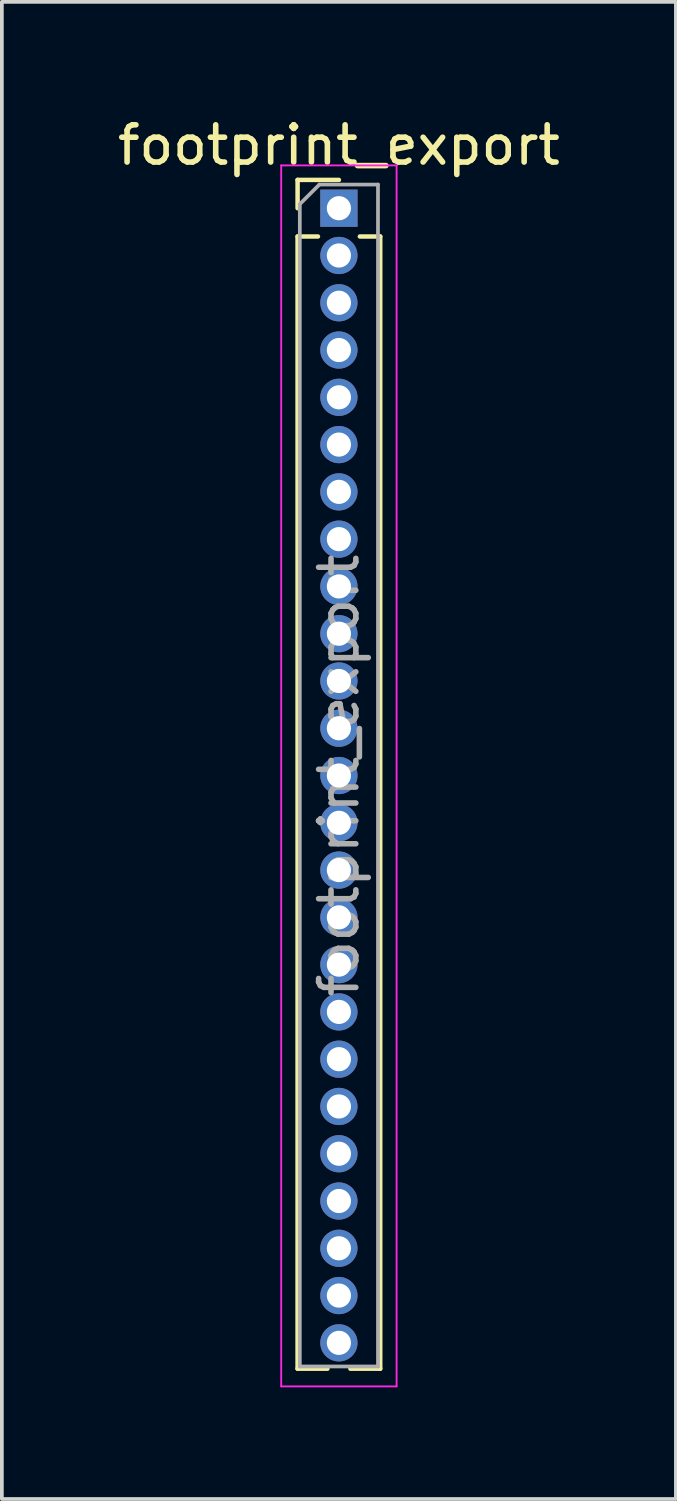
<source format=kicad_pcb>
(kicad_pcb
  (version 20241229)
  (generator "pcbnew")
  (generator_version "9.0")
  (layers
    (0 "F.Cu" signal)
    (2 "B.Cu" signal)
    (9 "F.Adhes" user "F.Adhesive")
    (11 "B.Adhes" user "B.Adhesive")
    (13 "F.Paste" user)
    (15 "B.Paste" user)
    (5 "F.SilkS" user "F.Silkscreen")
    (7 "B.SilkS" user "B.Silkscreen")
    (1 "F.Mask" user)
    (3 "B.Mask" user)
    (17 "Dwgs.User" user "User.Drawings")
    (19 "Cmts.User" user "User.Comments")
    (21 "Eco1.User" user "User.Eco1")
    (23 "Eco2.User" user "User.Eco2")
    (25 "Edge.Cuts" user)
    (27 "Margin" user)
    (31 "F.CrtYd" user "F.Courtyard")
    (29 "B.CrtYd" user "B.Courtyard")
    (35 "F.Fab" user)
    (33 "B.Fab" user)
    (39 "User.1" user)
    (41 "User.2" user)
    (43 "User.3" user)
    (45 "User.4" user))
  (footprint "footprint_export"
    (layer "F.Cu")
    (at 6.054 2.543)
    (property "Reference" "footprint_export" (at 0 -1.695 0) (layer "F.SilkS") (effects (font (size 1 1) (thickness 0.15))))
    (attr through_hole)
    (fp_line (start -1.11 -0.76) (end 0 -0.76) (stroke (width 0.12) (type solid)) (layer "F.SilkS"))
    (fp_line (start -1.11 0) (end -1.11 -0.76) (stroke (width 0.12) (type solid)) (layer "F.SilkS"))
    (fp_line (start -1.11 0.76) (end -1.11 31.175) (stroke (width 0.12) (type solid)) (layer "F.SilkS"))
    (fp_line (start -1.11 0.76) (end -0.563 0.76) (stroke (width 0.12) (type solid)) (layer "F.SilkS"))
    (fp_line (start -1.11 31.175) (end -0.308 31.175) (stroke (width 0.12) (type solid)) (layer "F.SilkS"))
    (fp_line (start 0.308 31.175) (end 1.11 31.175) (stroke (width 0.12) (type solid)) (layer "F.SilkS"))
    (fp_line (start 0.563 0.76) (end 1.11 0.76) (stroke (width 0.12) (type solid)) (layer "F.SilkS"))
    (fp_line (start 1.11 0.76) (end 1.11 31.175) (stroke (width 0.12) (type solid)) (layer "F.SilkS"))
    (fp_line (start -1.55 -1.15) (end -1.55 31.65) (stroke (width 0.05) (type solid)) (layer "F.CrtYd"))
    (fp_line (start -1.55 31.65) (end 1.55 31.65) (stroke (width 0.05) (type solid)) (layer "F.CrtYd"))
    (fp_line (start 1.55 -1.15) (end -1.55 -1.15) (stroke (width 0.05) (type solid)) (layer "F.CrtYd"))
    (fp_line (start 1.55 31.65) (end 1.55 -1.15) (stroke (width 0.05) (type solid)) (layer "F.CrtYd"))
    (fp_line (start -1.05 -0.11) (end -0.525 -0.635) (stroke (width 0.1) (type solid)) (layer "F.Fab"))
    (fp_line (start -1.05 31.115) (end -1.05 -0.11) (stroke (width 0.1) (type solid)) (layer "F.Fab"))
    (fp_line (start -0.525 -0.635) (end 1.05 -0.635) (stroke (width 0.1) (type solid)) (layer "F.Fab"))
    (fp_line (start 1.05 -0.635) (end 1.05 31.115) (stroke (width 0.1) (type solid)) (layer "F.Fab"))
    (fp_line (start 1.05 31.115) (end -1.05 31.115) (stroke (width 0.1) (type solid)) (layer "F.Fab"))
    (fp_text user "${REFERENCE}" (at 0 15.24 90) (layer "F.Fab") (effects (font (size 1 1) (thickness 0.15))))
    (pad "1" thru_hole rect (at 0 0) (size 1 1) (drill 0.65) (layers "*.Cu" "*.Mask"))
    (pad "2" thru_hole oval (at 0 1.27) (size 1 1) (drill 0.65) (layers "*.Cu" "*.Mask"))
    (pad "3" thru_hole oval (at 0 2.54) (size 1 1) (drill 0.65) (layers "*.Cu" "*.Mask"))
    (pad "4" thru_hole oval (at 0 3.81) (size 1 1) (drill 0.65) (layers "*.Cu" "*.Mask"))
    (pad "5" thru_hole oval (at 0 5.08) (size 1 1) (drill 0.65) (layers "*.Cu" "*.Mask"))
    (pad "6" thru_hole oval (at 0 6.35) (size 1 1) (drill 0.65) (layers "*.Cu" "*.Mask"))
    (pad "7" thru_hole oval (at 0 7.62) (size 1 1) (drill 0.65) (layers "*.Cu" "*.Mask"))
    (pad "8" thru_hole oval (at 0 8.89) (size 1 1) (drill 0.65) (layers "*.Cu" "*.Mask"))
    (pad "9" thru_hole oval (at 0 10.16) (size 1 1) (drill 0.65) (layers "*.Cu" "*.Mask"))
    (pad "10" thru_hole oval (at 0 11.43) (size 1 1) (drill 0.65) (layers "*.Cu" "*.Mask"))
    (pad "11" thru_hole oval (at 0 12.7) (size 1 1) (drill 0.65) (layers "*.Cu" "*.Mask"))
    (pad "12" thru_hole oval (at 0 13.97) (size 1 1) (drill 0.65) (layers "*.Cu" "*.Mask"))
    (pad "13" thru_hole oval (at 0 15.24) (size 1 1) (drill 0.65) (layers "*.Cu" "*.Mask"))
    (pad "14" thru_hole oval (at 0 16.51) (size 1 1) (drill 0.65) (layers "*.Cu" "*.Mask"))
    (pad "15" thru_hole oval (at 0 17.78) (size 1 1) (drill 0.65) (layers "*.Cu" "*.Mask"))
    (pad "16" thru_hole oval (at 0 19.05) (size 1 1) (drill 0.65) (layers "*.Cu" "*.Mask"))
    (pad "17" thru_hole oval (at 0 20.32) (size 1 1) (drill 0.65) (layers "*.Cu" "*.Mask"))
    (pad "18" thru_hole oval (at 0 21.59) (size 1 1) (drill 0.65) (layers "*.Cu" "*.Mask"))
    (pad "19" thru_hole oval (at 0 22.86) (size 1 1) (drill 0.65) (layers "*.Cu" "*.Mask"))
    (pad "20" thru_hole oval (at 0 24.13) (size 1 1) (drill 0.65) (layers "*.Cu" "*.Mask"))
    (pad "21" thru_hole oval (at 0 25.4) (size 1 1) (drill 0.65) (layers "*.Cu" "*.Mask"))
    (pad "22" thru_hole oval (at 0 26.67) (size 1 1) (drill 0.65) (layers "*.Cu" "*.Mask"))
    (pad "23" thru_hole oval (at 0 27.94) (size 1 1) (drill 0.65) (layers "*.Cu" "*.Mask"))
    (pad "24" thru_hole oval (at 0 29.21) (size 1 1) (drill 0.65) (layers "*.Cu" "*.Mask"))
    (pad "25" thru_hole oval (at 0 30.48) (size 1 1) (drill 0.65) (layers "*.Cu" "*.Mask")))
  (gr_rect
    (start -3 -3)
    (end 15.107 37.218)
    (stroke (width 0.1) (type default))
    (fill no)
    (layer "Edge.Cuts")))
</source>
